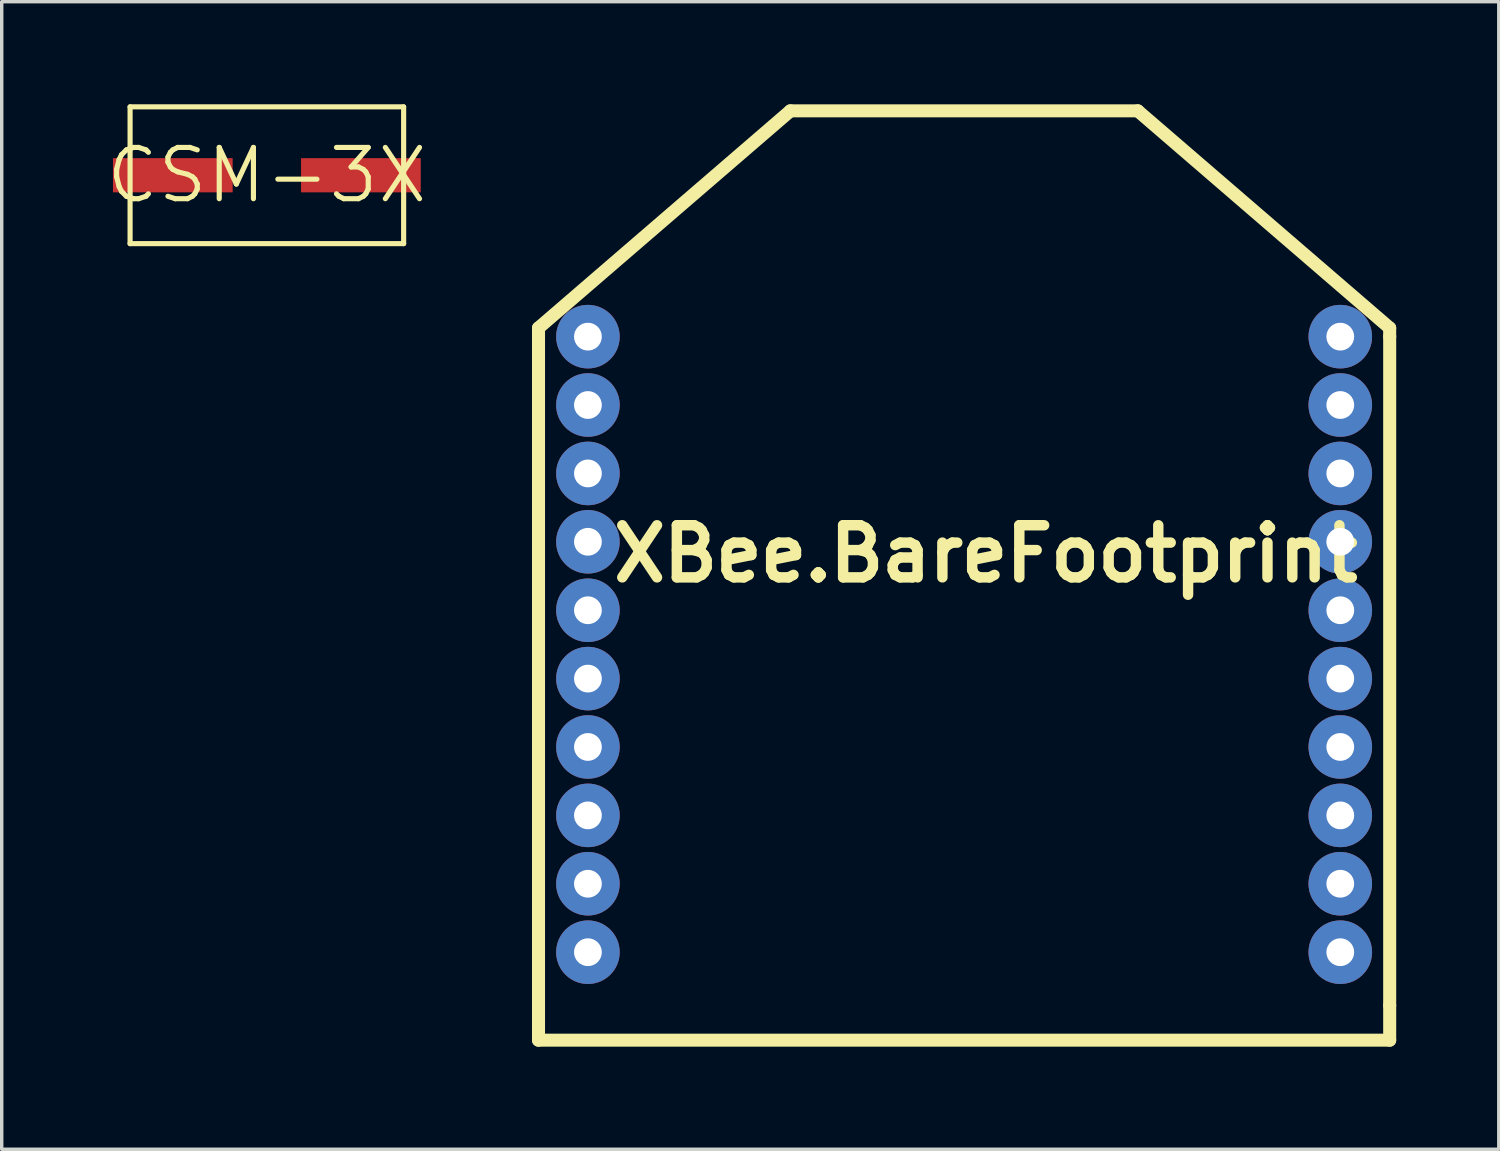
<source format=kicad_pcb>
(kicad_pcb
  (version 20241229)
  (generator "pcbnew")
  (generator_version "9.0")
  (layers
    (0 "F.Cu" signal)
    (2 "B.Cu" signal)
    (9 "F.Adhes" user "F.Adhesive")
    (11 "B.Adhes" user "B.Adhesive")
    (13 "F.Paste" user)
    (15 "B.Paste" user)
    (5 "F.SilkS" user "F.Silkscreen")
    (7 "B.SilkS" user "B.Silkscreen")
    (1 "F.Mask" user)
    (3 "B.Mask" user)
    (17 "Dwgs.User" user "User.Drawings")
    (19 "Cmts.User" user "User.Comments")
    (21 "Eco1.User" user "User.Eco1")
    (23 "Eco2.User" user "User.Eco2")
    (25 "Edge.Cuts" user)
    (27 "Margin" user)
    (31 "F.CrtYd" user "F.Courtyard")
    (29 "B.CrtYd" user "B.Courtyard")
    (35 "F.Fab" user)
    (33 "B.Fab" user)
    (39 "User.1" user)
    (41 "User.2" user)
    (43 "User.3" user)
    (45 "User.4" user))
  (footprint "XBee.BareFootprint"
    (layer "F.Cu")
    (at 25.144 6.795)
    (property "Reference" "XBee.BareFootprint" (at 0.635 6.35 0) (layer "F.SilkS") (effects (font (size 1.524 1.524) (thickness 0.305))))
    (attr through_hole)
    (fp_line (start -12.446 -0.254) (end -5.08 -6.604) (stroke (width 0.381) (type solid)) (layer "F.SilkS"))
    (fp_line (start -12.446 19.558) (end -12.446 -0.254) (stroke (width 0.381) (type solid)) (layer "F.SilkS"))
    (fp_line (start -12.446 19.558) (end -12.446 20.574) (stroke (width 0.381) (type solid)) (layer "F.SilkS"))
    (fp_line (start -12.446 20.574) (end 12.446 20.574) (stroke (width 0.381) (type solid)) (layer "F.SilkS"))
    (fp_line (start -5.08 -6.604) (end 5.08 -6.604) (stroke (width 0.381) (type solid)) (layer "F.SilkS"))
    (fp_line (start 12.446 -0.254) (end 5.08 -6.604) (stroke (width 0.381) (type solid)) (layer "F.SilkS"))
    (fp_line (start 12.446 0) (end 12.446 -0.254) (stroke (width 0.381) (type solid)) (layer "F.SilkS"))
    (fp_line (start 12.446 19.558) (end 12.446 0) (stroke (width 0.381) (type solid)) (layer "F.SilkS"))
    (fp_line (start 12.446 19.558) (end 12.446 20.574) (stroke (width 0.381) (type solid)) (layer "F.SilkS"))
    (pad "1" thru_hole circle (at -11.001 0) (size 1.859 1.859) (drill 0.813) (layers "*.Cu"))
    (pad "2" thru_hole circle (at -11.001 1.999) (size 1.859 1.859) (drill 0.813) (layers "*.Cu"))
    (pad "3" thru_hole circle (at -11.001 4) (size 1.859 1.859) (drill 0.813) (layers "*.Cu"))
    (pad "4" thru_hole circle (at -11.001 5.999) (size 1.859 1.859) (drill 0.813) (layers "*.Cu"))
    (pad "5" thru_hole circle (at -11.001 8.001) (size 1.859 1.859) (drill 0.813) (layers "*.Cu"))
    (pad "6" thru_hole circle (at -11.001 10) (size 1.859 1.859) (drill 0.813) (layers "*.Cu"))
    (pad "7" thru_hole circle (at -11.001 11.999) (size 1.859 1.859) (drill 0.813) (layers "*.Cu"))
    (pad "8" thru_hole circle (at -11.001 14) (size 1.859 1.859) (drill 0.813) (layers "*.Cu"))
    (pad "9" thru_hole circle (at -11.001 15.999) (size 1.859 1.859) (drill 0.813) (layers "*.Cu"))
    (pad "10" thru_hole circle (at -11.001 18.001) (size 1.859 1.859) (drill 0.813) (layers "*.Cu"))
    (pad "11" thru_hole circle (at 11.001 18.001) (size 1.859 1.859) (drill 0.813) (layers "*.Cu"))
    (pad "12" thru_hole circle (at 11.001 15.999) (size 1.859 1.859) (drill 0.813) (layers "*.Cu"))
    (pad "13" thru_hole circle (at 11.001 14) (size 1.859 1.859) (drill 0.813) (layers "*.Cu"))
    (pad "14" thru_hole circle (at 11.001 11.999) (size 1.859 1.859) (drill 0.813) (layers "*.Cu"))
    (pad "15" thru_hole circle (at 11.001 10) (size 1.859 1.859) (drill 0.813) (layers "*.Cu"))
    (pad "16" thru_hole circle (at 11.001 8.001) (size 1.859 1.859) (drill 0.813) (layers "*.Cu"))
    (pad "17" thru_hole circle (at 11.001 5.999) (size 1.859 1.859) (drill 0.813) (layers "*.Cu"))
    (pad "18" thru_hole circle (at 11.001 4) (size 1.859 1.859) (drill 0.813) (layers "*.Cu"))
    (pad "19" thru_hole circle (at 11.001 1.999) (size 1.859 1.859) (drill 0.813) (layers "*.Cu"))
    (pad "20" thru_hole circle (at 11.001 0) (size 1.859 1.859) (drill 0.813) (layers "*.Cu")))
  (footprint "CSM-3X"
    (layer "F.Cu")
    (at 4.754 2.075)
    (property "Reference" "CSM-3X" (at 0 0 0) (layer "F.SilkS") (effects (font (size 1.5 1.5) (thickness 0.15))))
    (attr through_hole)
    (fp_line (start -4 -2) (end 4 -2) (stroke (width 0.15) (type solid)) (layer "F.SilkS"))
    (fp_line (start -4 2) (end -4 -2) (stroke (width 0.15) (type solid)) (layer "F.SilkS"))
    (fp_line (start 4 -2) (end 4 2) (stroke (width 0.15) (type solid)) (layer "F.SilkS"))
    (fp_line (start 4 2) (end -4 2) (stroke (width 0.15) (type solid)) (layer "F.SilkS"))
    (pad "1" smd rect (at -2.75 0) (size 3.5 1) (layers "F.Cu" "F.Mask" "F.Paste"))
    (pad "2" smd rect (at 2.75 0) (size 3.5 1) (layers "F.Cu" "F.Mask" "F.Paste")))
  (gr_rect
    (start -3 -3)
    (end 40.78 30.559)
    (stroke (width 0.1) (type default))
    (fill no)
    (layer "Edge.Cuts")))
</source>
